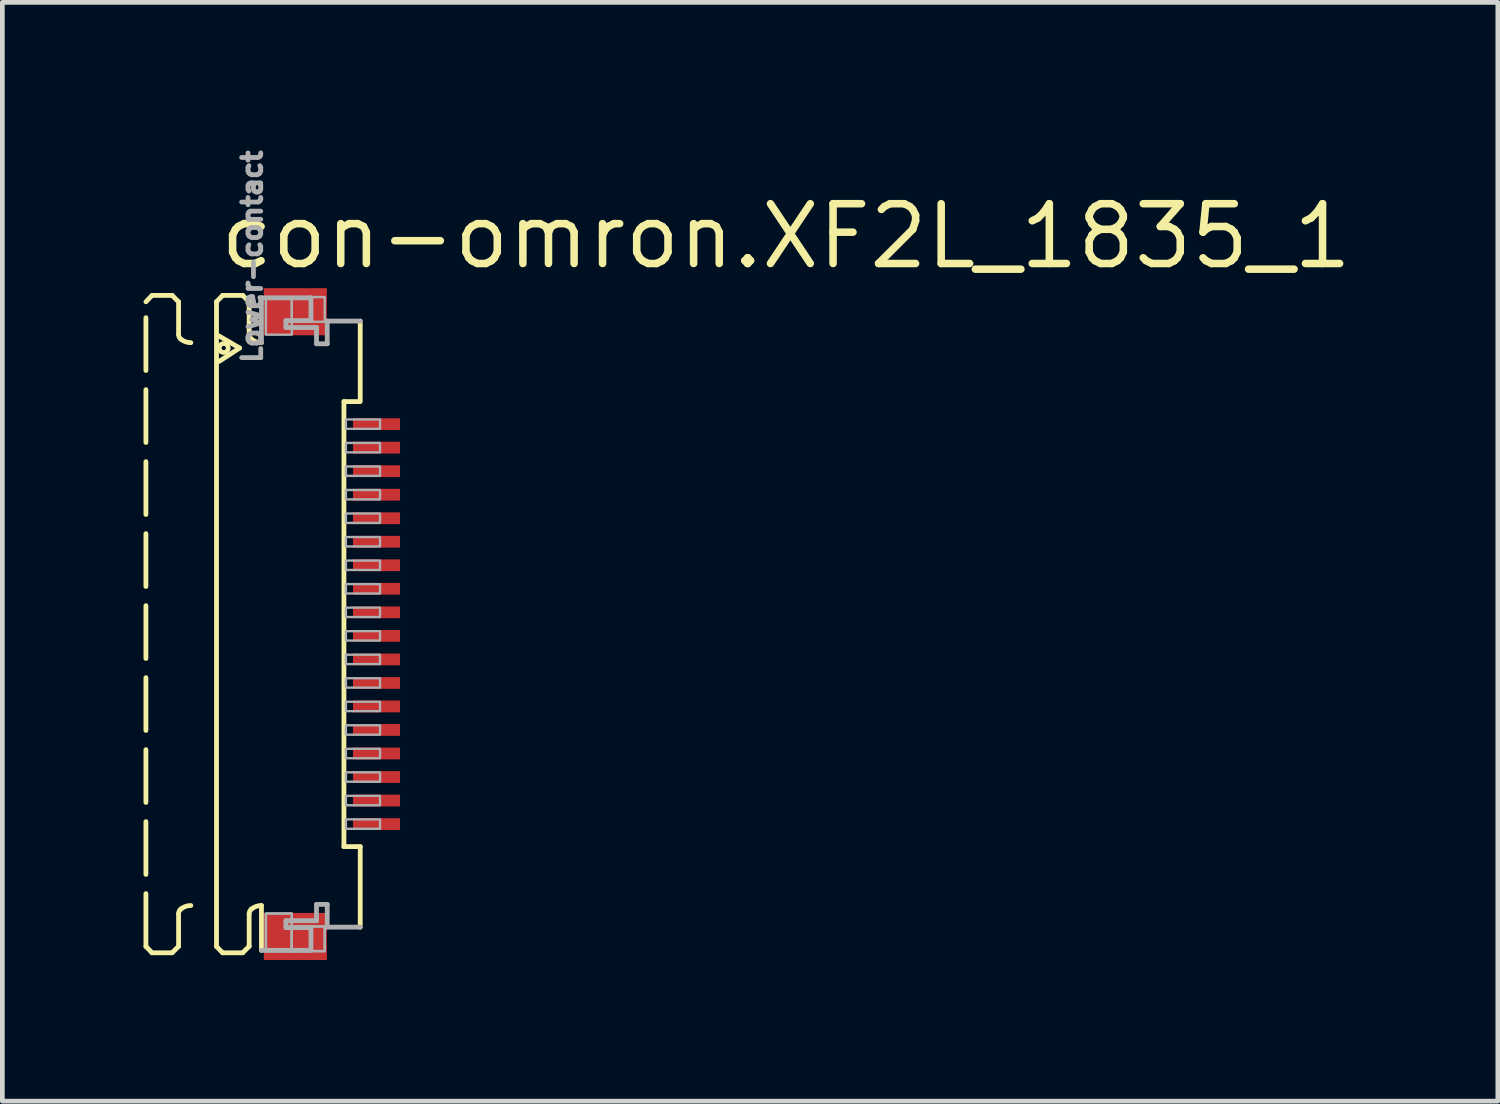
<source format=kicad_pcb>
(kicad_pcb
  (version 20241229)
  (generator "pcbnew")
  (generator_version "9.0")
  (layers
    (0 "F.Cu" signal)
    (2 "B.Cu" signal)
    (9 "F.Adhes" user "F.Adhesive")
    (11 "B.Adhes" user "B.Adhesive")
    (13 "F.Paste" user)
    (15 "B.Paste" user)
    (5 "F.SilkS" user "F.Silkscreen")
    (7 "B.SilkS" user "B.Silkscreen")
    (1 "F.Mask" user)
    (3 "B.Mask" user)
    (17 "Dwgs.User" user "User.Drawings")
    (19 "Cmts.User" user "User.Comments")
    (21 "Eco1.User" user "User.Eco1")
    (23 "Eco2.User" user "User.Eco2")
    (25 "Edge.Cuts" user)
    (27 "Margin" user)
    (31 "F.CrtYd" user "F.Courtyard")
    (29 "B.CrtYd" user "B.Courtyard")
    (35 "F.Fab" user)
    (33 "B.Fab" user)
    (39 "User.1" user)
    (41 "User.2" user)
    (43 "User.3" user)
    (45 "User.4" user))
  (footprint "con-omron.XF2L_1835_1"
    (layer "F.Cu")
    (at 3.046 10.213)
    (property "Reference" "con-omron.XF2L_1835_1" (at -1.5 -7.5 0) (layer "F.SilkS") (effects (font (size 1.27 1.27) (thickness 0.16)) (justify left bottom)))
    (attr smd)
    (fp_rect (start 1.355 -4.075) (end 2.455 -4.425) (stroke (width 0.05) (type default)) (fill yes) (layer "F.Mask"))
    (fp_rect (start 1.355 -3.575) (end 2.455 -3.925) (stroke (width 0.05) (type default)) (fill yes) (layer "F.Mask"))
    (fp_rect (start 1.355 -3.075) (end 2.455 -3.425) (stroke (width 0.05) (type default)) (fill yes) (layer "F.Mask"))
    (fp_rect (start 1.355 -2.575) (end 2.455 -2.925) (stroke (width 0.05) (type default)) (fill yes) (layer "F.Mask"))
    (fp_rect (start 1.355 -2.075) (end 2.455 -2.425) (stroke (width 0.05) (type default)) (fill yes) (layer "F.Mask"))
    (fp_rect (start 1.355 -1.575) (end 2.455 -1.925) (stroke (width 0.05) (type default)) (fill yes) (layer "F.Mask"))
    (fp_rect (start 1.355 -1.075) (end 2.455 -1.425) (stroke (width 0.05) (type default)) (fill yes) (layer "F.Mask"))
    (fp_rect (start 1.355 -0.575) (end 2.455 -0.925) (stroke (width 0.05) (type default)) (fill yes) (layer "F.Mask"))
    (fp_rect (start 1.355 -0.075) (end 2.455 -0.425) (stroke (width 0.05) (type default)) (fill yes) (layer "F.Mask"))
    (fp_rect (start 1.355 0.425) (end 2.455 0.075) (stroke (width 0.05) (type default)) (fill yes) (layer "F.Mask"))
    (fp_rect (start 1.355 0.925) (end 2.455 0.575) (stroke (width 0.05) (type default)) (fill yes) (layer "F.Mask"))
    (fp_rect (start 1.355 1.425) (end 2.455 1.075) (stroke (width 0.05) (type default)) (fill yes) (layer "F.Mask"))
    (fp_rect (start 1.355 1.925) (end 2.455 1.575) (stroke (width 0.05) (type default)) (fill yes) (layer "F.Mask"))
    (fp_rect (start 1.355 2.425) (end 2.455 2.075) (stroke (width 0.05) (type default)) (fill yes) (layer "F.Mask"))
    (fp_rect (start 1.355 2.925) (end 2.455 2.575) (stroke (width 0.05) (type default)) (fill yes) (layer "F.Mask"))
    (fp_rect (start 1.355 3.425) (end 2.455 3.075) (stroke (width 0.05) (type default)) (fill yes) (layer "F.Mask"))
    (fp_rect (start 1.355 3.925) (end 2.455 3.575) (stroke (width 0.05) (type default)) (fill yes) (layer "F.Mask"))
    (fp_rect (start 1.355 4.425) (end 2.455 4.075) (stroke (width 0.05) (type default)) (fill yes) (layer "F.Mask"))
    (fp_line (start -2.995 -6.85) (end -2.865 -6.985) (stroke (width 0.102) (type default)) (layer "F.SilkS"))
    (fp_line (start -2.995 6.85) (end -2.995 -6.85) (stroke (width 0.102) (type dash)) (layer "F.SilkS"))
    (fp_line (start -2.995 6.85) (end -2.865 6.985) (stroke (width 0.102) (type default)) (layer "F.SilkS"))
    (fp_line (start -2.865 -6.985) (end -2.438 -6.985) (stroke (width 0.102) (type dash)) (layer "F.SilkS"))
    (fp_line (start -2.865 6.985) (end -2.438 6.985) (stroke (width 0.102) (type dash)) (layer "F.SilkS"))
    (fp_line (start -2.438 -6.985) (end -2.301 -6.848) (stroke (width 0.102) (type default)) (layer "F.SilkS"))
    (fp_line (start -2.438 6.985) (end -2.301 6.848) (stroke (width 0.102) (type default)) (layer "F.SilkS"))
    (fp_line (start -2.301 -6.848) (end -2.301 -6.156) (stroke (width 0.102) (type dash)) (layer "F.SilkS"))
    (fp_line (start -2.301 6.848) (end -2.301 6.156) (stroke (width 0.102) (type dash)) (layer "F.SilkS"))
    (fp_line (start -1.495 -6.85) (end -1.365 -6.985) (stroke (width 0.102) (type default)) (layer "F.SilkS"))
    (fp_line (start -1.495 6.85) (end -1.495 -6.85) (stroke (width 0.102) (type default)) (layer "F.SilkS"))
    (fp_line (start -1.495 6.85) (end -1.365 6.985) (stroke (width 0.102) (type default)) (layer "F.SilkS"))
    (fp_line (start -1.441 -6.123) (end -1.005 -5.867) (stroke (width 0.102) (type default)) (layer "F.SilkS"))
    (fp_line (start -1.365 -6.985) (end -0.939 -6.985) (stroke (width 0.102) (type default)) (layer "F.SilkS"))
    (fp_line (start -1.365 6.985) (end -0.939 6.985) (stroke (width 0.102) (type default)) (layer "F.SilkS"))
    (fp_line (start -1.005 -5.867) (end -1.441 -5.582) (stroke (width 0.102) (type default)) (layer "F.SilkS"))
    (fp_line (start -0.939 -6.985) (end -0.801 -6.848) (stroke (width 0.102) (type default)) (layer "F.SilkS"))
    (fp_line (start -0.939 6.985) (end -0.801 6.848) (stroke (width 0.102) (type default)) (layer "F.SilkS"))
    (fp_line (start -0.801 -6.848) (end -0.801 -6.156) (stroke (width 0.102) (type default)) (layer "F.SilkS"))
    (fp_line (start -0.801 6.848) (end -0.801 6.156) (stroke (width 0.102) (type default)) (layer "F.SilkS"))
    (fp_line (start -0.54 5.98) (end -0.54 6.933) (stroke (width 0.102) (type default)) (layer "F.SilkS"))
    (fp_line (start 1.213 4.729) (end 1.213 -4.729) (stroke (width 0.102) (type default)) (layer "F.SilkS"))
    (fp_line (start 1.538 -4.729) (end 1.213 -4.729) (stroke (width 0.102) (type default)) (layer "F.SilkS"))
    (fp_line (start 1.559 -6.44) (end 1.559 -4.729) (stroke (width 0.102) (type default)) (layer "F.SilkS"))
    (fp_line (start 1.559 4.729) (end 1.213 4.729) (stroke (width 0.102) (type default)) (layer "F.SilkS"))
    (fp_line (start 1.559 6.44) (end 1.559 4.729) (stroke (width 0.102) (type default)) (layer "F.SilkS"))
    (fp_arc (start -2.301 6.1557) (mid -2.288538 6.100596) (end -2.2536 6.0562) (stroke (width 0.1016) (type default)) (layer "F.SilkS"))
    (fp_arc (start -2.2536 -6.0562) (mid -2.288538 -6.100596) (end -2.301 -6.1557) (stroke (width 0.1016) (type default)) (layer "F.SilkS"))
    (fp_arc (start -2.2536 6.0562) (mid -2.153476 5.999936) (end -2.0403 5.9804) (stroke (width 0.1016) (type default)) (layer "F.SilkS"))
    (fp_arc (start -2.0403 -5.9804) (mid -2.153476 -5.999936) (end -2.2536 -6.0562) (stroke (width 0.1016) (type default)) (layer "F.SilkS"))
    (fp_arc (start -0.801 6.1557) (mid -0.788538 6.100596) (end -0.7536 6.0562) (stroke (width 0.1016) (type default)) (layer "F.SilkS"))
    (fp_arc (start -0.7536 -6.0562) (mid -0.788538 -6.100596) (end -0.801 -6.1557) (stroke (width 0.1016) (type default)) (layer "F.SilkS"))
    (fp_arc (start -0.7536 6.0562) (mid -0.653476 5.999936) (end -0.5403 5.9804) (stroke (width 0.1016) (type default)) (layer "F.SilkS"))
    (fp_arc (start -0.5403 -5.9804) (mid -0.653476 -5.999936) (end -0.7536 -6.0562) (stroke (width 0.1016) (type default)) (layer "F.SilkS"))
    (fp_circle (center -1.341 -5.867) (end -1.246 -5.867) (stroke (width 0.1) (type default)) (fill no) (layer "F.SilkS"))
    (fp_line (start -0.54 -6.933) (end 0.512 -6.933) (stroke (width 0.102) (type default)) (layer "F.Fab"))
    (fp_line (start -0.54 -5.98) (end -0.54 -6.933) (stroke (width 0.102) (type default)) (layer "F.Fab"))
    (fp_line (start -0.54 6.933) (end 0.512 6.933) (stroke (width 0.102) (type default)) (layer "F.Fab"))
    (fp_line (start -0.019 -6.45) (end -0.019 -6.303) (stroke (width 0.102) (type default)) (layer "F.Fab"))
    (fp_line (start -0.019 -6.303) (end 0.63 -6.303) (stroke (width 0.102) (type default)) (layer "F.Fab"))
    (fp_line (start -0.019 6.303) (end 0.63 6.303) (stroke (width 0.102) (type default)) (layer "F.Fab"))
    (fp_line (start -0.019 6.45) (end -0.019 6.303) (stroke (width 0.102) (type default)) (layer "F.Fab"))
    (fp_line (start 0.512 -6.933) (end 0.512 -6.45) (stroke (width 0.102) (type default)) (layer "F.Fab"))
    (fp_line (start 0.512 -6.45) (end -0.019 -6.45) (stroke (width 0.102) (type default)) (layer "F.Fab"))
    (fp_line (start 0.512 6.45) (end -0.019 6.45) (stroke (width 0.102) (type default)) (layer "F.Fab"))
    (fp_line (start 0.512 6.933) (end 0.512 6.45) (stroke (width 0.102) (type default)) (layer "F.Fab"))
    (fp_line (start 0.63 -6.303) (end 0.63 -5.957) (stroke (width 0.102) (type default)) (layer "F.Fab"))
    (fp_line (start 0.63 -5.957) (end 0.858 -5.957) (stroke (width 0.102) (type default)) (layer "F.Fab"))
    (fp_line (start 0.63 5.957) (end 0.858 5.957) (stroke (width 0.102) (type default)) (layer "F.Fab"))
    (fp_line (start 0.63 6.303) (end 0.63 5.957) (stroke (width 0.102) (type default)) (layer "F.Fab"))
    (fp_line (start 0.858 -6.44) (end 1.559 -6.44) (stroke (width 0.102) (type default)) (layer "F.Fab"))
    (fp_line (start 0.858 -5.957) (end 0.858 -6.44) (stroke (width 0.102) (type default)) (layer "F.Fab"))
    (fp_line (start 0.858 5.957) (end 0.858 6.44) (stroke (width 0.102) (type default)) (layer "F.Fab"))
    (fp_line (start 0.858 6.44) (end 1.559 6.44) (stroke (width 0.102) (type default)) (layer "F.Fab"))
    (fp_rect (start -0.445 -6.15) (end 0.105 -6.95) (stroke (width 0.05) (type default)) (fill no) (layer "F.Fab"))
    (fp_rect (start -0.445 6.95) (end 0.105 6.15) (stroke (width 0.05) (type default)) (fill no) (layer "F.Fab"))
    (fp_rect (start -0.445 6.95) (end 0.105 6.15) (stroke (width 0.05) (type default)) (fill no) (layer "F.Fab"))
    (fp_rect (start 0.105 -6.425) (end 0.805 -6.95) (stroke (width 0.05) (type default)) (fill no) (layer "F.Fab"))
    (fp_rect (start 0.105 6.95) (end 0.805 6.425) (stroke (width 0.05) (type default)) (fill no) (layer "F.Fab"))
    (fp_rect (start 0.105 6.95) (end 0.805 6.425) (stroke (width 0.05) (type default)) (fill no) (layer "F.Fab"))
    (fp_rect (start 1.255 -4.15) (end 1.98 -4.35) (stroke (width 0.05) (type default)) (fill no) (layer "F.Fab"))
    (fp_rect (start 1.255 -3.65) (end 1.98 -3.85) (stroke (width 0.05) (type default)) (fill no) (layer "F.Fab"))
    (fp_rect (start 1.255 -3.15) (end 1.98 -3.35) (stroke (width 0.05) (type default)) (fill no) (layer "F.Fab"))
    (fp_rect (start 1.255 -2.65) (end 1.98 -2.85) (stroke (width 0.05) (type default)) (fill no) (layer "F.Fab"))
    (fp_rect (start 1.255 -2.15) (end 1.98 -2.35) (stroke (width 0.05) (type default)) (fill no) (layer "F.Fab"))
    (fp_rect (start 1.255 -1.65) (end 1.98 -1.85) (stroke (width 0.05) (type default)) (fill no) (layer "F.Fab"))
    (fp_rect (start 1.255 -1.15) (end 1.98 -1.35) (stroke (width 0.05) (type default)) (fill no) (layer "F.Fab"))
    (fp_rect (start 1.255 -0.65) (end 1.98 -0.85) (stroke (width 0.05) (type default)) (fill no) (layer "F.Fab"))
    (fp_rect (start 1.255 -0.15) (end 1.98 -0.35) (stroke (width 0.05) (type default)) (fill no) (layer "F.Fab"))
    (fp_rect (start 1.255 0.35) (end 1.98 0.15) (stroke (width 0.05) (type default)) (fill no) (layer "F.Fab"))
    (fp_rect (start 1.255 0.85) (end 1.98 0.65) (stroke (width 0.05) (type default)) (fill no) (layer "F.Fab"))
    (fp_rect (start 1.255 1.35) (end 1.98 1.15) (stroke (width 0.05) (type default)) (fill no) (layer "F.Fab"))
    (fp_rect (start 1.255 1.85) (end 1.98 1.65) (stroke (width 0.05) (type default)) (fill no) (layer "F.Fab"))
    (fp_rect (start 1.255 2.35) (end 1.98 2.15) (stroke (width 0.05) (type default)) (fill no) (layer "F.Fab"))
    (fp_rect (start 1.255 2.85) (end 1.98 2.65) (stroke (width 0.05) (type default)) (fill no) (layer "F.Fab"))
    (fp_rect (start 1.255 3.35) (end 1.98 3.15) (stroke (width 0.05) (type default)) (fill no) (layer "F.Fab"))
    (fp_rect (start 1.255 3.85) (end 1.98 3.65) (stroke (width 0.05) (type default)) (fill no) (layer "F.Fab"))
    (fp_rect (start 1.255 4.35) (end 1.98 4.15) (stroke (width 0.05) (type default)) (fill no) (layer "F.Fab"))
    (fp_text user "Lower-contact" (at -0.5 -5.5 270) (layer "F.Fab") (effects (font (size 0.406 0.406) (thickness 0.15)) (justify left bottom)))
    (pad "1" smd roundrect (at 1.905 -4.25) (size 1 0.25) (layers "F.Cu" "F.Mask" "F.Paste") (roundrect_rratio 0.01))
    (pad "2" smd roundrect (at 1.905 -3.75) (size 1 0.25) (layers "F.Cu" "F.Mask" "F.Paste") (roundrect_rratio 0.01))
    (pad "3" smd roundrect (at 1.905 -3.25) (size 1 0.25) (layers "F.Cu" "F.Mask" "F.Paste") (roundrect_rratio 0.01))
    (pad "4" smd roundrect (at 1.905 -2.75) (size 1 0.25) (layers "F.Cu" "F.Mask" "F.Paste") (roundrect_rratio 0.01))
    (pad "5" smd roundrect (at 1.905 -2.25) (size 1 0.25) (layers "F.Cu" "F.Mask" "F.Paste") (roundrect_rratio 0.01))
    (pad "6" smd roundrect (at 1.905 -1.75) (size 1 0.25) (layers "F.Cu" "F.Mask" "F.Paste") (roundrect_rratio 0.01))
    (pad "7" smd roundrect (at 1.905 -1.25) (size 1 0.25) (layers "F.Cu" "F.Mask" "F.Paste") (roundrect_rratio 0.01))
    (pad "8" smd roundrect (at 1.905 -0.75) (size 1 0.25) (layers "F.Cu" "F.Mask" "F.Paste") (roundrect_rratio 0.01))
    (pad "9" smd roundrect (at 1.905 -0.25) (size 1 0.25) (layers "F.Cu" "F.Mask" "F.Paste") (roundrect_rratio 0.01))
    (pad "10" smd roundrect (at 1.905 0.25) (size 1 0.25) (layers "F.Cu" "F.Mask" "F.Paste") (roundrect_rratio 0.01))
    (pad "11" smd roundrect (at 1.905 0.75) (size 1 0.25) (layers "F.Cu" "F.Mask" "F.Paste") (roundrect_rratio 0.01))
    (pad "12" smd roundrect (at 1.905 1.25) (size 1 0.25) (layers "F.Cu" "F.Mask" "F.Paste") (roundrect_rratio 0.01))
    (pad "13" smd roundrect (at 1.905 1.75) (size 1 0.25) (layers "F.Cu" "F.Mask" "F.Paste") (roundrect_rratio 0.01))
    (pad "14" smd roundrect (at 1.905 2.25) (size 1 0.25) (layers "F.Cu" "F.Mask" "F.Paste") (roundrect_rratio 0.01))
    (pad "15" smd roundrect (at 1.905 2.75) (size 1 0.25) (layers "F.Cu" "F.Mask" "F.Paste") (roundrect_rratio 0.01))
    (pad "16" smd roundrect (at 1.905 3.25) (size 1 0.25) (layers "F.Cu" "F.Mask" "F.Paste") (roundrect_rratio 0.01))
    (pad "17" smd roundrect (at 1.905 3.75) (size 1 0.25) (layers "F.Cu" "F.Mask" "F.Paste") (roundrect_rratio 0.01))
    (pad "18" smd roundrect (at 1.905 4.25) (size 1 0.25) (layers "F.Cu" "F.Mask" "F.Paste") (roundrect_rratio 0.01))
    (pad "M1" smd roundrect (at 0.18 -6.638) (size 1.34 1) (layers "F.Cu" "F.Mask" "F.Paste") (roundrect_rratio 0.01))
    (pad "M2" smd roundrect (at 0.18 6.638) (size 1.34 1) (layers "F.Cu" "F.Mask" "F.Paste") (roundrect_rratio 0.01)))
  (gr_rect
    (start -3 -3)
    (end 28.781 20.351)
    (stroke (width 0.1) (type default))
    (fill no)
    (layer "Edge.Cuts")))
</source>
